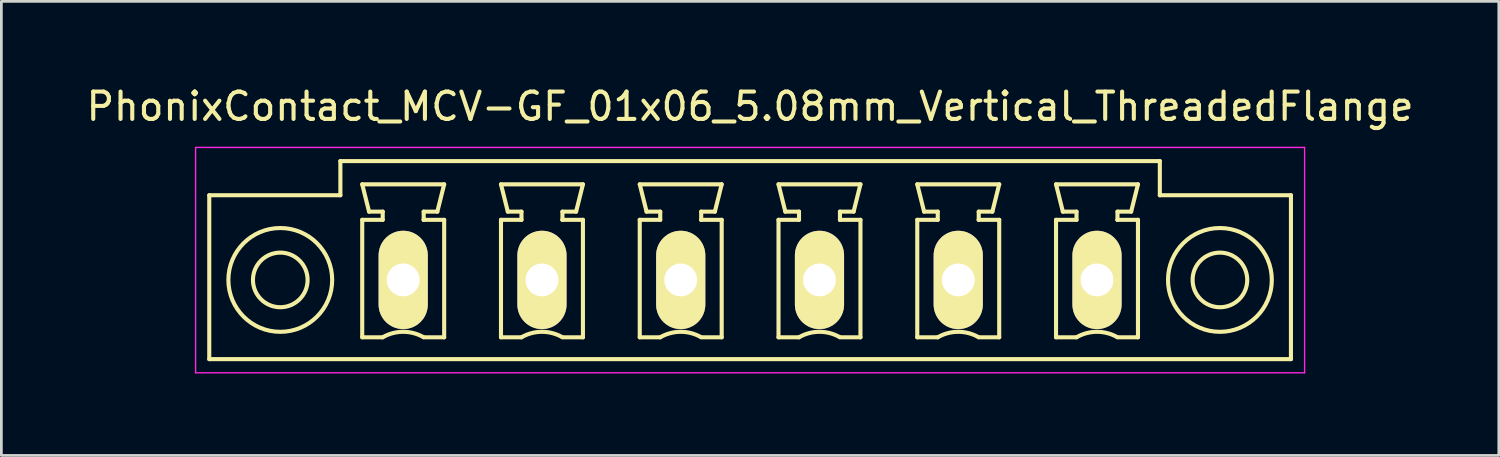
<source format=kicad_pcb>
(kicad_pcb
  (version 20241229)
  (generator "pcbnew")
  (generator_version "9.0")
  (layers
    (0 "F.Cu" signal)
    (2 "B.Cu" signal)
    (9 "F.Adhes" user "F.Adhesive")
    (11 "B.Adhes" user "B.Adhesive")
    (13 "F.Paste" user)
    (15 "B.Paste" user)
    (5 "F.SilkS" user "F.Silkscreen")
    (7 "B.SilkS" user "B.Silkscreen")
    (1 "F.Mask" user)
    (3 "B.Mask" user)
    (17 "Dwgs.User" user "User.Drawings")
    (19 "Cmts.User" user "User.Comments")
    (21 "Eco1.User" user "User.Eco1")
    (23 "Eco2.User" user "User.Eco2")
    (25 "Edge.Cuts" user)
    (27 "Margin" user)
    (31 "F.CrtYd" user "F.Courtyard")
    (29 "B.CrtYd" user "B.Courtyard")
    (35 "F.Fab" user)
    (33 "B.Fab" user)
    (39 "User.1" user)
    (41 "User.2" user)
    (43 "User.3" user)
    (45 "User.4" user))
  (footprint "PhonixContact_MCV-GF_01x06_5.08mm_Vertical_ThreadedFlange"
    (layer "F.Cu")
    (at 11.711 7.198)
    (property "Reference" "PhonixContact_MCV-GF_01x06_5.08mm_Vertical_ThreadedFlange" (at 12.7 -6.35 0) (layer "F.SilkS") (effects (font (size 1 1) (thickness 0.15))))
    (attr through_hole)
    (fp_line (start -7.1 -3.1) (end -7.1 2.9) (stroke (width 0.15) (type solid)) (layer "F.SilkS"))
    (fp_line (start -7.1 2.9) (end 32.5 2.9) (stroke (width 0.15) (type solid)) (layer "F.SilkS"))
    (fp_line (start -2.3 -4.35) (end -2.3 -3.1) (stroke (width 0.15) (type solid)) (layer "F.SilkS"))
    (fp_line (start -2.3 -3.1) (end -7.1 -3.1) (stroke (width 0.15) (type solid)) (layer "F.SilkS"))
    (fp_line (start -1.5 -3.5) (end 1.5 -3.5) (stroke (width 0.15) (type solid)) (layer "F.SilkS"))
    (fp_line (start -1.5 -2.2) (end -0.75 -2.2) (stroke (width 0.15) (type solid)) (layer "F.SilkS"))
    (fp_line (start -1.5 2.1) (end -1.5 -2.2) (stroke (width 0.15) (type solid)) (layer "F.SilkS"))
    (fp_line (start -1.25 -2.5) (end -1.5 -3.5) (stroke (width 0.15) (type solid)) (layer "F.SilkS"))
    (fp_line (start -0.75 -2.5) (end -1.25 -2.5) (stroke (width 0.15) (type solid)) (layer "F.SilkS"))
    (fp_line (start -0.75 -2.2) (end -0.75 -2.5) (stroke (width 0.15) (type solid)) (layer "F.SilkS"))
    (fp_line (start -0.75 2.1) (end -1.5 2.1) (stroke (width 0.15) (type solid)) (layer "F.SilkS"))
    (fp_line (start 0.75 -2.5) (end 0.75 -2.2) (stroke (width 0.15) (type solid)) (layer "F.SilkS"))
    (fp_line (start 0.75 -2.2) (end 0.75 -2.2) (stroke (width 0.15) (type solid)) (layer "F.SilkS"))
    (fp_line (start 0.75 -2.2) (end 1.5 -2.2) (stroke (width 0.15) (type solid)) (layer "F.SilkS"))
    (fp_line (start 1.25 -2.5) (end 0.75 -2.5) (stroke (width 0.15) (type solid)) (layer "F.SilkS"))
    (fp_line (start 1.5 -3.5) (end 1.25 -2.5) (stroke (width 0.15) (type solid)) (layer "F.SilkS"))
    (fp_line (start 1.5 -2.2) (end 1.5 2.1) (stroke (width 0.15) (type solid)) (layer "F.SilkS"))
    (fp_line (start 1.5 2.1) (end 0.75 2.1) (stroke (width 0.15) (type solid)) (layer "F.SilkS"))
    (fp_line (start 3.58 -3.5) (end 6.58 -3.5) (stroke (width 0.15) (type solid)) (layer "F.SilkS"))
    (fp_line (start 3.58 -2.2) (end 4.33 -2.2) (stroke (width 0.15) (type solid)) (layer "F.SilkS"))
    (fp_line (start 3.58 2.1) (end 3.58 -2.2) (stroke (width 0.15) (type solid)) (layer "F.SilkS"))
    (fp_line (start 3.83 -2.5) (end 3.58 -3.5) (stroke (width 0.15) (type solid)) (layer "F.SilkS"))
    (fp_line (start 4.33 -2.5) (end 3.83 -2.5) (stroke (width 0.15) (type solid)) (layer "F.SilkS"))
    (fp_line (start 4.33 -2.2) (end 4.33 -2.5) (stroke (width 0.15) (type solid)) (layer "F.SilkS"))
    (fp_line (start 4.33 2.1) (end 3.58 2.1) (stroke (width 0.15) (type solid)) (layer "F.SilkS"))
    (fp_line (start 5.83 -2.5) (end 5.83 -2.2) (stroke (width 0.15) (type solid)) (layer "F.SilkS"))
    (fp_line (start 5.83 -2.2) (end 5.83 -2.2) (stroke (width 0.15) (type solid)) (layer "F.SilkS"))
    (fp_line (start 5.83 -2.2) (end 6.58 -2.2) (stroke (width 0.15) (type solid)) (layer "F.SilkS"))
    (fp_line (start 6.33 -2.5) (end 5.83 -2.5) (stroke (width 0.15) (type solid)) (layer "F.SilkS"))
    (fp_line (start 6.58 -3.5) (end 6.33 -2.5) (stroke (width 0.15) (type solid)) (layer "F.SilkS"))
    (fp_line (start 6.58 -2.2) (end 6.58 2.1) (stroke (width 0.15) (type solid)) (layer "F.SilkS"))
    (fp_line (start 6.58 2.1) (end 5.83 2.1) (stroke (width 0.15) (type solid)) (layer "F.SilkS"))
    (fp_line (start 8.66 -3.5) (end 11.66 -3.5) (stroke (width 0.15) (type solid)) (layer "F.SilkS"))
    (fp_line (start 8.66 -2.2) (end 9.41 -2.2) (stroke (width 0.15) (type solid)) (layer "F.SilkS"))
    (fp_line (start 8.66 2.1) (end 8.66 -2.2) (stroke (width 0.15) (type solid)) (layer "F.SilkS"))
    (fp_line (start 8.91 -2.5) (end 8.66 -3.5) (stroke (width 0.15) (type solid)) (layer "F.SilkS"))
    (fp_line (start 9.41 -2.5) (end 8.91 -2.5) (stroke (width 0.15) (type solid)) (layer "F.SilkS"))
    (fp_line (start 9.41 -2.2) (end 9.41 -2.5) (stroke (width 0.15) (type solid)) (layer "F.SilkS"))
    (fp_line (start 9.41 2.1) (end 8.66 2.1) (stroke (width 0.15) (type solid)) (layer "F.SilkS"))
    (fp_line (start 10.91 -2.5) (end 10.91 -2.2) (stroke (width 0.15) (type solid)) (layer "F.SilkS"))
    (fp_line (start 10.91 -2.2) (end 10.91 -2.2) (stroke (width 0.15) (type solid)) (layer "F.SilkS"))
    (fp_line (start 10.91 -2.2) (end 11.66 -2.2) (stroke (width 0.15) (type solid)) (layer "F.SilkS"))
    (fp_line (start 11.41 -2.5) (end 10.91 -2.5) (stroke (width 0.15) (type solid)) (layer "F.SilkS"))
    (fp_line (start 11.66 -3.5) (end 11.41 -2.5) (stroke (width 0.15) (type solid)) (layer "F.SilkS"))
    (fp_line (start 11.66 -2.2) (end 11.66 2.1) (stroke (width 0.15) (type solid)) (layer "F.SilkS"))
    (fp_line (start 11.66 2.1) (end 10.91 2.1) (stroke (width 0.15) (type solid)) (layer "F.SilkS"))
    (fp_line (start 13.74 -3.5) (end 16.74 -3.5) (stroke (width 0.15) (type solid)) (layer "F.SilkS"))
    (fp_line (start 13.74 -2.2) (end 14.49 -2.2) (stroke (width 0.15) (type solid)) (layer "F.SilkS"))
    (fp_line (start 13.74 2.1) (end 13.74 -2.2) (stroke (width 0.15) (type solid)) (layer "F.SilkS"))
    (fp_line (start 13.99 -2.5) (end 13.74 -3.5) (stroke (width 0.15) (type solid)) (layer "F.SilkS"))
    (fp_line (start 14.49 -2.5) (end 13.99 -2.5) (stroke (width 0.15) (type solid)) (layer "F.SilkS"))
    (fp_line (start 14.49 -2.2) (end 14.49 -2.5) (stroke (width 0.15) (type solid)) (layer "F.SilkS"))
    (fp_line (start 14.49 2.1) (end 13.74 2.1) (stroke (width 0.15) (type solid)) (layer "F.SilkS"))
    (fp_line (start 15.99 -2.5) (end 15.99 -2.2) (stroke (width 0.15) (type solid)) (layer "F.SilkS"))
    (fp_line (start 15.99 -2.2) (end 15.99 -2.2) (stroke (width 0.15) (type solid)) (layer "F.SilkS"))
    (fp_line (start 15.99 -2.2) (end 16.74 -2.2) (stroke (width 0.15) (type solid)) (layer "F.SilkS"))
    (fp_line (start 16.49 -2.5) (end 15.99 -2.5) (stroke (width 0.15) (type solid)) (layer "F.SilkS"))
    (fp_line (start 16.74 -3.5) (end 16.49 -2.5) (stroke (width 0.15) (type solid)) (layer "F.SilkS"))
    (fp_line (start 16.74 -2.2) (end 16.74 2.1) (stroke (width 0.15) (type solid)) (layer "F.SilkS"))
    (fp_line (start 16.74 2.1) (end 15.99 2.1) (stroke (width 0.15) (type solid)) (layer "F.SilkS"))
    (fp_line (start 18.82 -3.5) (end 21.82 -3.5) (stroke (width 0.15) (type solid)) (layer "F.SilkS"))
    (fp_line (start 18.82 -2.2) (end 19.57 -2.2) (stroke (width 0.15) (type solid)) (layer "F.SilkS"))
    (fp_line (start 18.82 2.1) (end 18.82 -2.2) (stroke (width 0.15) (type solid)) (layer "F.SilkS"))
    (fp_line (start 19.07 -2.5) (end 18.82 -3.5) (stroke (width 0.15) (type solid)) (layer "F.SilkS"))
    (fp_line (start 19.57 -2.5) (end 19.07 -2.5) (stroke (width 0.15) (type solid)) (layer "F.SilkS"))
    (fp_line (start 19.57 -2.2) (end 19.57 -2.5) (stroke (width 0.15) (type solid)) (layer "F.SilkS"))
    (fp_line (start 19.57 2.1) (end 18.82 2.1) (stroke (width 0.15) (type solid)) (layer "F.SilkS"))
    (fp_line (start 21.07 -2.5) (end 21.07 -2.2) (stroke (width 0.15) (type solid)) (layer "F.SilkS"))
    (fp_line (start 21.07 -2.2) (end 21.07 -2.2) (stroke (width 0.15) (type solid)) (layer "F.SilkS"))
    (fp_line (start 21.07 -2.2) (end 21.82 -2.2) (stroke (width 0.15) (type solid)) (layer "F.SilkS"))
    (fp_line (start 21.57 -2.5) (end 21.07 -2.5) (stroke (width 0.15) (type solid)) (layer "F.SilkS"))
    (fp_line (start 21.82 -3.5) (end 21.57 -2.5) (stroke (width 0.15) (type solid)) (layer "F.SilkS"))
    (fp_line (start 21.82 -2.2) (end 21.82 2.1) (stroke (width 0.15) (type solid)) (layer "F.SilkS"))
    (fp_line (start 21.82 2.1) (end 21.07 2.1) (stroke (width 0.15) (type solid)) (layer "F.SilkS"))
    (fp_line (start 23.9 -3.5) (end 26.9 -3.5) (stroke (width 0.15) (type solid)) (layer "F.SilkS"))
    (fp_line (start 23.9 -2.2) (end 24.65 -2.2) (stroke (width 0.15) (type solid)) (layer "F.SilkS"))
    (fp_line (start 23.9 2.1) (end 23.9 -2.2) (stroke (width 0.15) (type solid)) (layer "F.SilkS"))
    (fp_line (start 24.15 -2.5) (end 23.9 -3.5) (stroke (width 0.15) (type solid)) (layer "F.SilkS"))
    (fp_line (start 24.65 -2.5) (end 24.15 -2.5) (stroke (width 0.15) (type solid)) (layer "F.SilkS"))
    (fp_line (start 24.65 -2.2) (end 24.65 -2.5) (stroke (width 0.15) (type solid)) (layer "F.SilkS"))
    (fp_line (start 24.65 2.1) (end 23.9 2.1) (stroke (width 0.15) (type solid)) (layer "F.SilkS"))
    (fp_line (start 26.15 -2.5) (end 26.15 -2.2) (stroke (width 0.15) (type solid)) (layer "F.SilkS"))
    (fp_line (start 26.15 -2.2) (end 26.15 -2.2) (stroke (width 0.15) (type solid)) (layer "F.SilkS"))
    (fp_line (start 26.15 -2.2) (end 26.9 -2.2) (stroke (width 0.15) (type solid)) (layer "F.SilkS"))
    (fp_line (start 26.65 -2.5) (end 26.15 -2.5) (stroke (width 0.15) (type solid)) (layer "F.SilkS"))
    (fp_line (start 26.9 -3.5) (end 26.65 -2.5) (stroke (width 0.15) (type solid)) (layer "F.SilkS"))
    (fp_line (start 26.9 -2.2) (end 26.9 2.1) (stroke (width 0.15) (type solid)) (layer "F.SilkS"))
    (fp_line (start 26.9 2.1) (end 26.15 2.1) (stroke (width 0.15) (type solid)) (layer "F.SilkS"))
    (fp_line (start 27.7 -4.35) (end -2.3 -4.35) (stroke (width 0.15) (type solid)) (layer "F.SilkS"))
    (fp_line (start 27.7 -3.1) (end 27.7 -4.35) (stroke (width 0.15) (type solid)) (layer "F.SilkS"))
    (fp_line (start 32.5 -3.1) (end 27.7 -3.1) (stroke (width 0.15) (type solid)) (layer "F.SilkS"))
    (fp_line (start 32.5 2.9) (end 32.5 -3.1) (stroke (width 0.15) (type solid)) (layer "F.SilkS"))
    (fp_arc (start -0.75 2.1) (mid -0.006068 1.899179) (end 0.739464 2.093978) (stroke (width 0.15) (type solid)) (layer "F.SilkS"))
    (fp_arc (start 4.33 2.1) (mid 5.073932 1.899179) (end 5.819464 2.093978) (stroke (width 0.15) (type solid)) (layer "F.SilkS"))
    (fp_arc (start 9.41 2.1) (mid 10.153932 1.899179) (end 10.899464 2.093978) (stroke (width 0.15) (type solid)) (layer "F.SilkS"))
    (fp_arc (start 14.49 2.1) (mid 15.233932 1.899179) (end 15.979464 2.093978) (stroke (width 0.15) (type solid)) (layer "F.SilkS"))
    (fp_arc (start 19.57 2.1) (mid 20.313932 1.899179) (end 21.059464 2.093978) (stroke (width 0.15) (type solid)) (layer "F.SilkS"))
    (fp_arc (start 24.65 2.1) (mid 25.393932 1.899179) (end 26.139464 2.093978) (stroke (width 0.15) (type solid)) (layer "F.SilkS"))
    (fp_circle (center -4.5 0) (end -3.5 0) (stroke (width 0.15) (type solid)) (fill no) (layer "F.SilkS"))
    (fp_circle (center -4.5 0) (end -2.6 0) (stroke (width 0.15) (type solid)) (fill no) (layer "F.SilkS"))
    (fp_circle (center 29.9 0) (end 30.9 0) (stroke (width 0.15) (type solid)) (fill no) (layer "F.SilkS"))
    (fp_circle (center 29.9 0) (end 31.8 0) (stroke (width 0.15) (type solid)) (fill no) (layer "F.SilkS"))
    (fp_line (start -7.6 -4.85) (end -7.6 3.4) (stroke (width 0.05) (type solid)) (layer "F.CrtYd"))
    (fp_line (start -7.6 3.4) (end 33 3.4) (stroke (width 0.05) (type solid)) (layer "F.CrtYd"))
    (fp_line (start 33 -4.85) (end -7.6 -4.85) (stroke (width 0.05) (type solid)) (layer "F.CrtYd"))
    (fp_line (start 33 3.4) (end 33 -4.85) (stroke (width 0.05) (type solid)) (layer "F.CrtYd"))
    (pad "1" thru_hole oval (at 0 0) (size 1.8 3.6) (drill 1.2) (layers "*.Cu" "*.Mask" "F.SilkS"))
    (pad "2" thru_hole oval (at 5.08 0) (size 1.8 3.6) (drill 1.2) (layers "*.Cu" "*.Mask" "F.SilkS"))
    (pad "3" thru_hole oval (at 10.16 0) (size 1.8 3.6) (drill 1.2) (layers "*.Cu" "*.Mask" "F.SilkS"))
    (pad "4" thru_hole oval (at 15.24 0) (size 1.8 3.6) (drill 1.2) (layers "*.Cu" "*.Mask" "F.SilkS"))
    (pad "5" thru_hole oval (at 20.32 0) (size 1.8 3.6) (drill 1.2) (layers "*.Cu" "*.Mask" "F.SilkS"))
    (pad "6" thru_hole oval (at 25.4 0) (size 1.8 3.6) (drill 1.2) (layers "*.Cu" "*.Mask" "F.SilkS")))
  (gr_rect
    (start -3 -3)
    (end 51.821 13.623)
    (stroke (width 0.1) (type default))
    (fill no)
    (layer "Edge.Cuts")))
</source>
